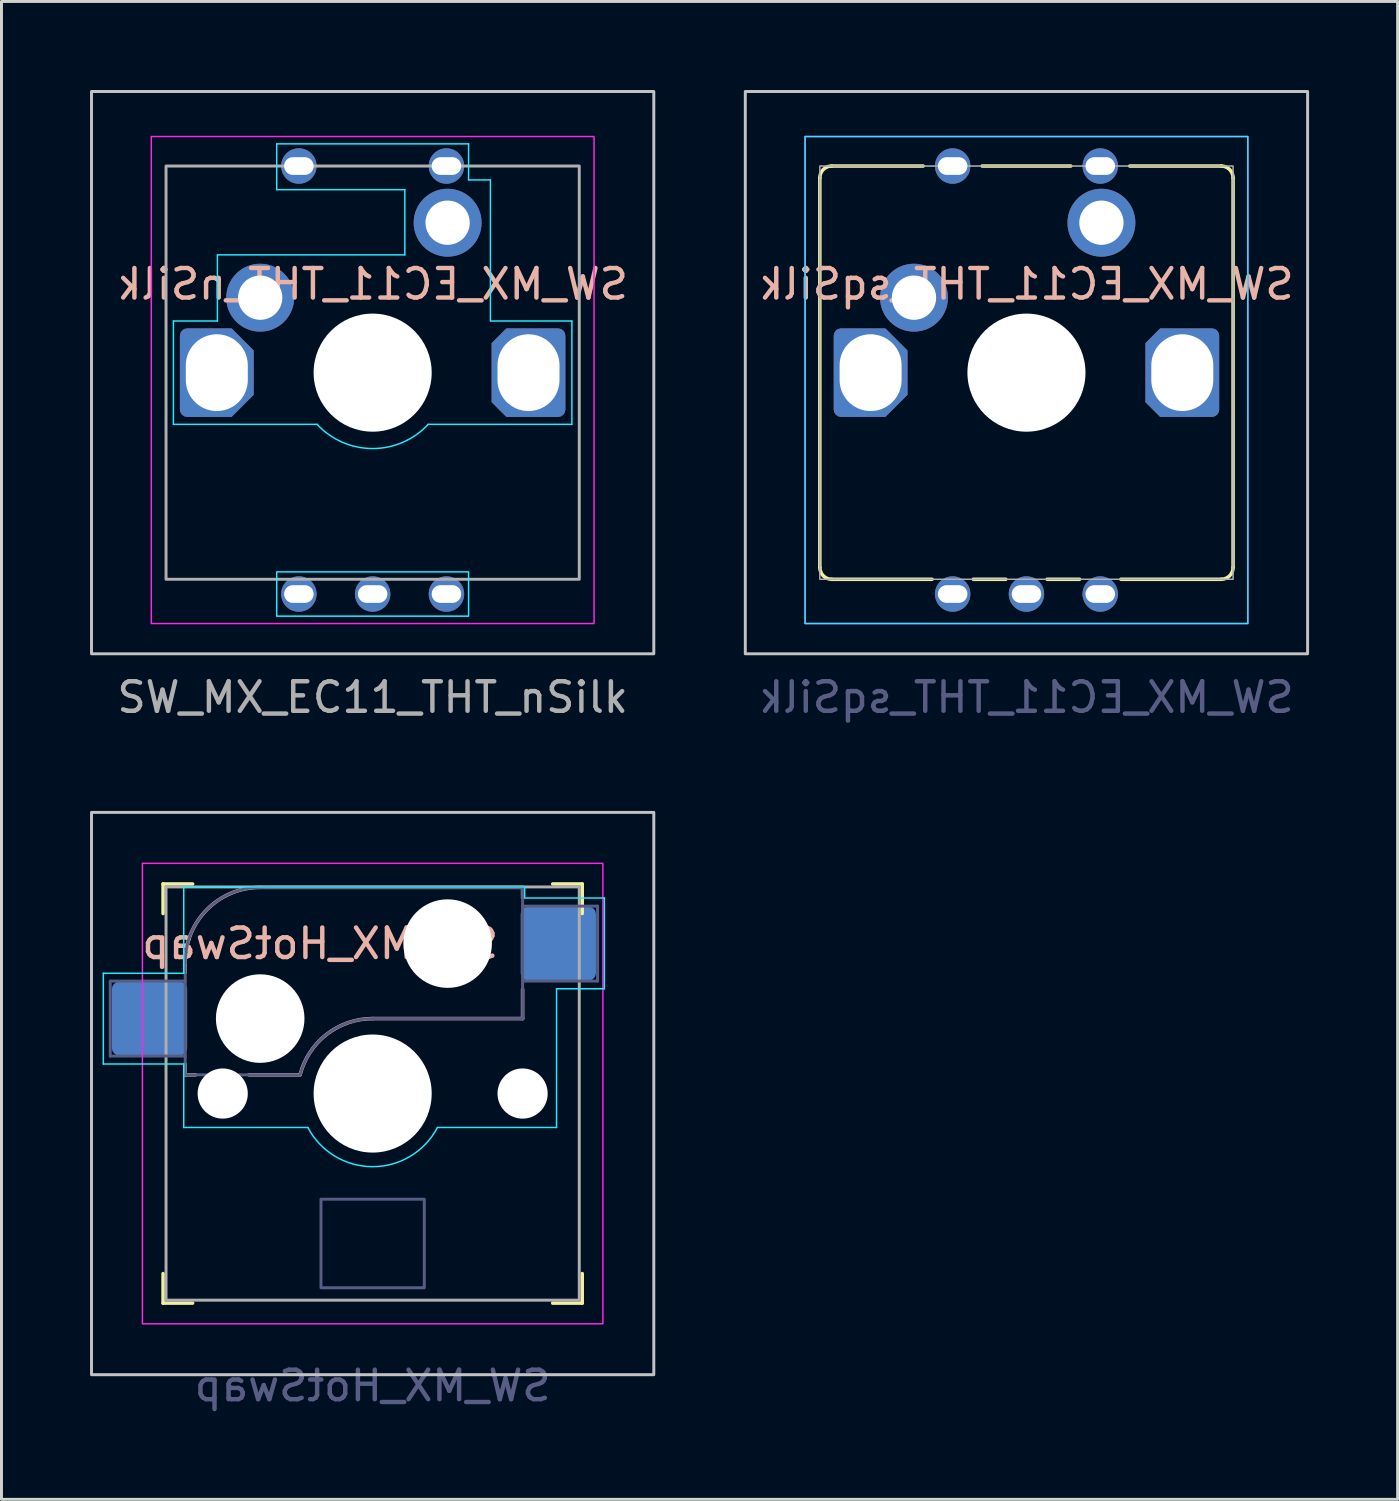
<source format=kicad_pcb>
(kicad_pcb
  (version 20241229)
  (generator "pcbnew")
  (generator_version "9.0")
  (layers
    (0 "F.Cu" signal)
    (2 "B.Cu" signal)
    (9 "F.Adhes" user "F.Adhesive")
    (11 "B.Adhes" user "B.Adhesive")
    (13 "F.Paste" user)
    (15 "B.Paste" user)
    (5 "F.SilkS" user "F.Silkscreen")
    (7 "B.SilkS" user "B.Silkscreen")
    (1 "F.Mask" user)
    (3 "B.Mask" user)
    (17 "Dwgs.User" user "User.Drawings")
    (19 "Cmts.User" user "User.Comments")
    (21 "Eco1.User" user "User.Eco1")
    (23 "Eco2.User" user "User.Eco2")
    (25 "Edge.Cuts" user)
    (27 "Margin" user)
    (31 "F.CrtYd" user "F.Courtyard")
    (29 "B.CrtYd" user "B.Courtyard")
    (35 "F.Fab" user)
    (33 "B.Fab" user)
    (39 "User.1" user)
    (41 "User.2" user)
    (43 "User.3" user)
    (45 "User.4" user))
  (footprint "SW_MX_EC11_THT_nSilk"
    (layer "F.Cu")
    (at 9.575 9.575)
    (property "Reference" "SW_MX_EC11_THT_nSilk" (at 0 -3 0) (layer "B.SilkS") (effects (font (size 1 1) (thickness 0.15)) (justify mirror)))
    (attr through_hole)
    (fp_rect (start -9.525 -9.525) (end 9.525 9.525) (stroke (width 0.1) (type default)) (fill no) (layer "Dwgs.User"))
    (fp_line (start -6.75 -1.75) (end -5.26 -1.75) (stroke (width 0.05) (type default)) (layer "B.CrtYd"))
    (fp_line (start -6.75 1.75) (end -6.75 -1.75) (stroke (width 0.05) (type default)) (layer "B.CrtYd"))
    (fp_line (start -6.75 1.75) (end -1.884 1.75) (stroke (width 0.05) (type default)) (layer "B.CrtYd"))
    (fp_line (start -5.26 -3.99) (end 1.09 -3.99) (stroke (width 0.05) (type default)) (layer "B.CrtYd"))
    (fp_line (start -5.26 -1.75) (end -5.26 -3.99) (stroke (width 0.05) (type default)) (layer "B.CrtYd"))
    (fp_line (start -3.25 -7.75) (end 3.25 -7.75) (stroke (width 0.05) (type default)) (layer "B.CrtYd"))
    (fp_line (start -3.25 -6.2) (end -3.25 -7.75) (stroke (width 0.05) (type default)) (layer "B.CrtYd"))
    (fp_line (start 1.09 -6.2) (end -3.25 -6.2) (stroke (width 0.05) (type default)) (layer "B.CrtYd"))
    (fp_line (start 1.09 -3.99) (end 1.09 -6.2) (stroke (width 0.05) (type default)) (layer "B.CrtYd"))
    (fp_line (start 3.25 -7.75) (end 3.25 -6.53) (stroke (width 0.05) (type default)) (layer "B.CrtYd"))
    (fp_line (start 3.25 -6.53) (end 3.99 -6.53) (stroke (width 0.05) (type default)) (layer "B.CrtYd"))
    (fp_line (start 3.99 -6.53) (end 3.99 -1.75) (stroke (width 0.05) (type default)) (layer "B.CrtYd"))
    (fp_line (start 4 -1.75) (end 6.75 -1.75) (stroke (width 0.05) (type default)) (layer "B.CrtYd"))
    (fp_line (start 6.75 -1.75) (end 6.75 1.75) (stroke (width 0.05) (type default)) (layer "B.CrtYd"))
    (fp_line (start 6.75 1.75) (end 1.884 1.75) (stroke (width 0.05) (type default)) (layer "B.CrtYd"))
    (fp_rect (start -3.25 6.75) (end 3.25 8.25) (stroke (width 0.05) (type default)) (fill no) (layer "B.CrtYd"))
    (fp_arc (start 1.884144 1.75) (mid 0 2.571478) (end -1.884144 1.75) (stroke (width 0.05) (type default)) (layer "B.CrtYd"))
    (fp_rect (start -7.5 -8) (end 7.5 8.5) (stroke (width 0.05) (type default)) (fill no) (layer "F.CrtYd"))
    (fp_rect (start -7 -7) (end 7 7) (stroke (width 0.1) (type default)) (fill no) (layer "F.Fab"))
    (fp_text user "${REFERENCE}" (at 0 11 180) (layer "F.Fab") (effects (font (size 1 1) (thickness 0.15))))
    (pad "" np_thru_hole circle (at 0 0) (size 4 4) (drill 4) (layers "*.Cu" "*.Mask"))
    (pad "A" thru_hole circle (at -2.5 7.5) (size 1.2 1.2) (drill oval 1 0.6) (layers "*.Cu" "*.Mask"))
    (pad "B" thru_hole circle (at 2.5 7.5) (size 1.2 1.2) (drill oval 1 0.6) (layers "*.Cu" "*.Mask"))
    (pad "C" thru_hole circle (at 0 7.5) (size 1.2 1.2) (drill oval 1 0.6) (layers "*.Cu" "*.Mask"))
    (pad "MP" thru_hole roundrect (at -5.28 0) (size 2.5 3) (drill oval 2.1 2.6) (layers "*.Cu" "*.Mask") (roundrect_rratio 0.1) (chamfer_ratio 0.3) (chamfer top_right bottom_right))
    (pad "MP" thru_hole roundrect (at 5.28 0 180) (size 2.5 3) (drill oval 2.1 2.6) (layers "*.Cu" "*.Mask") (roundrect_rratio 0.1) (chamfer_ratio 0.2) (chamfer top_right bottom_right))
    (pad "S1" thru_hole circle (at -3.81 -2.54) (size 2.3 2.3) (drill 1.5) (layers "*.Cu" "*.Mask"))
    (pad "S1" thru_hole circle (at -2.5 -7) (size 1.2 1.2) (drill oval 1 0.6) (layers "*.Cu" "*.Mask"))
    (pad "S2" thru_hole circle (at 2.5 -7) (size 1.2 1.2) (drill oval 1 0.6) (layers "*.Cu" "*.Mask"))
    (pad "S2" thru_hole circle (at 2.54 -5.08) (size 2.3 2.3) (drill 1.5) (layers "*.Cu" "*.Mask")))
  (footprint "SW_MX_HotSwap"
    (layer "F.Cu")
    (at 9.575 33.998)
    (property "Reference" "SW_MX_HotSwap" (at -1.778 -5.08 180) (layer "B.SilkS") (effects (font (size 1 1) (thickness 0.15)) (justify mirror)))
    (attr smd)
    (fp_line (start -7.1 -7.1) (end -7.1 -6.1) (stroke (width 0.12) (type solid)) (layer "F.SilkS"))
    (fp_line (start -7.1 6.1) (end -7.1 7.1) (stroke (width 0.12) (type solid)) (layer "F.SilkS"))
    (fp_line (start -7.1 7.1) (end -6.1 7.1) (stroke (width 0.12) (type solid)) (layer "F.SilkS"))
    (fp_line (start -6.1 -7.1) (end -7.1 -7.1) (stroke (width 0.12) (type solid)) (layer "F.SilkS"))
    (fp_line (start 6.1 7.1) (end 7.1 7.1) (stroke (width 0.12) (type solid)) (layer "F.SilkS"))
    (fp_line (start 7.1 -7.1) (end 6.1 -7.1) (stroke (width 0.12) (type solid)) (layer "F.SilkS"))
    (fp_line (start 7.1 -7.1) (end 7.1 -6.1) (stroke (width 0.12) (type solid)) (layer "F.SilkS"))
    (fp_line (start 7.1 7.1) (end 7.1 6.1) (stroke (width 0.12) (type solid)) (layer "F.SilkS"))
    (fp_line (start -6.35 -4.445) (end -6.35 -4.09) (stroke (width 0.12) (type solid)) (layer "B.SilkS"))
    (fp_line (start -6.35 -0.99) (end -6.35 -0.635) (stroke (width 0.12) (type solid)) (layer "B.SilkS"))
    (fp_line (start -6 -0.635) (end -6.35 -0.635) (stroke (width 0.12) (type solid)) (layer "B.SilkS"))
    (fp_line (start -3.81 -6.985) (end 5.08 -6.985) (stroke (width 0.12) (type solid)) (layer "B.SilkS"))
    (fp_line (start -2.464 -0.635) (end -4.191 -0.635) (stroke (width 0.12) (type solid)) (layer "B.SilkS"))
    (fp_line (start 5.08 -6.985) (end 5.08 -6.63) (stroke (width 0.12) (type solid)) (layer "B.SilkS"))
    (fp_line (start 5.08 -2.54) (end 0 -2.54) (stroke (width 0.12) (type solid)) (layer "B.SilkS"))
    (fp_line (start 5.08 -2.54) (end 5.08 -3.53) (stroke (width 0.12) (type default)) (layer "B.SilkS"))
    (fp_arc (start -6.35 -4.445) (mid -5.606051 -6.241051) (end -3.81 -6.985) (stroke (width 0.12) (type solid)) (layer "B.SilkS"))
    (fp_arc (start -2.459645 -0.633836) (mid -1.555901 -2.007678) (end 0 -2.54) (stroke (width 0.12) (type default)) (layer "B.SilkS"))
    (fp_rect (start -9.525 -9.525) (end 9.525 9.525) (stroke (width 0.1) (type default)) (fill no) (layer "Dwgs.User"))
    (fp_line (start -9.125 -4.075) (end -6.4 -4.075) (stroke (width 0.05) (type default)) (layer "B.CrtYd"))
    (fp_line (start -9.125 -1) (end -9.125 -4.075) (stroke (width 0.05) (type default)) (layer "B.CrtYd"))
    (fp_line (start -6.4 -4.075) (end -6.4 -7) (stroke (width 0.05) (type default)) (layer "B.CrtYd"))
    (fp_line (start -6.4 -1) (end -9.125 -1) (stroke (width 0.05) (type default)) (layer "B.CrtYd"))
    (fp_line (start -6.4 1.15) (end -6.4 -1) (stroke (width 0.05) (type default)) (layer "B.CrtYd"))
    (fp_line (start -2.195 1.15) (end -6.4 1.15) (stroke (width 0.05) (type default)) (layer "B.CrtYd"))
    (fp_line (start 5.15 -7) (end -6.4 -7) (stroke (width 0.05) (type default)) (layer "B.CrtYd"))
    (fp_line (start 5.15 -6.625) (end 5.15 -7) (stroke (width 0.05) (type default)) (layer "B.CrtYd"))
    (fp_line (start 6.23 -3.55) (end 7.85 -3.55) (stroke (width 0.05) (type default)) (layer "B.CrtYd"))
    (fp_line (start 6.23 1.15) (end 2.195 1.15) (stroke (width 0.05) (type default)) (layer "B.CrtYd"))
    (fp_line (start 6.23 1.15) (end 6.23 -3.55) (stroke (width 0.05) (type default)) (layer "B.CrtYd"))
    (fp_line (start 7.85 -6.625) (end 5.15 -6.625) (stroke (width 0.05) (type default)) (layer "B.CrtYd"))
    (fp_line (start 7.85 -3.55) (end 7.85 -6.625) (stroke (width 0.05) (type default)) (layer "B.CrtYd"))
    (fp_arc (start 2.194999 1.150001) (mid -0.000001 2.478008) (end -2.195 1.149999) (stroke (width 0.05) (type default)) (layer "B.CrtYd"))
    (fp_rect (start -7.8 -7.8) (end 7.8 7.8) (stroke (width 0.05) (type default)) (fill no) (layer "F.CrtYd"))
    (fp_line (start -8.89 -3.81) (end -6.35 -3.81) (stroke (width 0.1) (type solid)) (layer "B.Fab"))
    (fp_line (start -8.89 -1.27) (end -8.89 -3.81) (stroke (width 0.1) (type solid)) (layer "B.Fab"))
    (fp_line (start -6.35 -1.27) (end -8.89 -1.27) (stroke (width 0.1) (type solid)) (layer "B.Fab"))
    (fp_line (start -6.35 -0.635) (end -6.35 -4.445) (stroke (width 0.1) (type solid)) (layer "B.Fab"))
    (fp_line (start -6.35 -0.635) (end -2.54 -0.635) (stroke (width 0.1) (type solid)) (layer "B.Fab"))
    (fp_line (start -3.81 -6.985) (end 5.08 -6.985) (stroke (width 0.1) (type solid)) (layer "B.Fab"))
    (fp_line (start 5.08 -6.985) (end 5.08 -2.54) (stroke (width 0.1) (type solid)) (layer "B.Fab"))
    (fp_line (start 5.08 -6.35) (end 7.62 -6.35) (stroke (width 0.1) (type solid)) (layer "B.Fab"))
    (fp_line (start 5.08 -2.54) (end 0 -2.54) (stroke (width 0.1) (type solid)) (layer "B.Fab"))
    (fp_line (start 7.62 -6.35) (end 7.62 -3.81) (stroke (width 0.1) (type solid)) (layer "B.Fab"))
    (fp_line (start 7.62 -3.81) (end 5.08 -3.81) (stroke (width 0.1) (type solid)) (layer "B.Fab"))
    (fp_rect (start -1.75 3.58) (end 1.75 6.58) (stroke (width 0.1) (type default)) (fill no) (layer "B.Fab"))
    (fp_arc (start -6.35 -4.445) (mid -5.606051 -6.241051) (end -3.81 -6.985) (stroke (width 0.1) (type solid)) (layer "B.Fab"))
    (fp_arc (start -2.464162 -0.61604) (mid -1.563147 -2.002042) (end 0 -2.54) (stroke (width 0.1) (type solid)) (layer "B.Fab"))
    (fp_rect (start -7 -7) (end 7 7) (stroke (width 0.1) (type default)) (fill no) (layer "F.Fab"))
    (fp_text user "${REFERENCE}" (at 0 9.9 0) (layer "B.Fab") (effects (font (size 1 1) (thickness 0.15)) (justify mirror)))
    (pad "" np_thru_hole circle (at -5.08 0) (size 1.7 1.7) (drill 1.7) (layers "*.Cu" "*.Mask"))
    (pad "" np_thru_hole circle (at -3.81 -2.54 180) (size 3 3) (drill 3) (layers "*.Cu" "*.Mask"))
    (pad "" np_thru_hole circle (at 0 0) (size 4 4) (drill 4) (layers "*.Cu" "*.Mask"))
    (pad "" np_thru_hole circle (at 2.54 -5.08 180) (size 3 3) (drill 3) (layers "*.Cu" "*.Mask"))
    (pad "" np_thru_hole circle (at 5.08 0) (size 1.7 1.7) (drill 1.7) (layers "*.Cu" "*.Mask"))
    (pad "1" smd roundrect (at -7.56 -2.54 180) (size 2.55 2.5) (layers "B.Cu" "B.Mask" "B.Paste") (roundrect_rratio 0.1))
    (pad "2" smd roundrect (at 6.29 -5.08 180) (size 2.55 2.5) (layers "B.Cu" "B.Mask" "B.Paste") (roundrect_rratio 0.1)))
  (footprint "SW_MX_EC11_THT_sqSilk"
    (layer "F.Cu")
    (at 31.725 9.575)
    (property "Reference" "SW_MX_EC11_THT_sqSilk" (at 0 -3 0) (layer "B.SilkS") (effects (font (size 1 1) (thickness 0.15)) (justify mirror)))
    (attr through_hole)
    (fp_line (start -7 6.6) (end -7 -6.6) (stroke (width 0.12) (type default)) (layer "F.SilkS"))
    (fp_line (start -6.6 -7) (end -3.5 -7) (stroke (width 0.12) (type default)) (layer "F.SilkS"))
    (fp_line (start -6.6 7) (end -3.2 7) (stroke (width 0.12) (type default)) (layer "F.SilkS"))
    (fp_line (start -1.8 7) (end -0.7 7) (stroke (width 0.12) (type default)) (layer "F.SilkS"))
    (fp_line (start -1.5 -7) (end 1.5 -7) (stroke (width 0.12) (type default)) (layer "F.SilkS"))
    (fp_line (start 0.7 7) (end 1.8 7) (stroke (width 0.12) (type default)) (layer "F.SilkS"))
    (fp_line (start 3.2 7) (end 6.6 7) (stroke (width 0.12) (type default)) (layer "F.SilkS"))
    (fp_line (start 3.5 -7) (end 6.6 -7) (stroke (width 0.12) (type default)) (layer "F.SilkS"))
    (fp_line (start 7 -6.6) (end 7 6.6) (stroke (width 0.12) (type default)) (layer "F.SilkS"))
    (fp_arc (start -7 -6.6) (mid -6.882843 -6.882843) (end -6.6 -7) (stroke (width 0.12) (type default)) (layer "F.SilkS"))
    (fp_arc (start -6.6 7) (mid -6.882843 6.882843) (end -7 6.6) (stroke (width 0.12) (type default)) (layer "F.SilkS"))
    (fp_arc (start 6.6 -7) (mid 6.882843 -6.882843) (end 7 -6.6) (stroke (width 0.12) (type default)) (layer "F.SilkS"))
    (fp_arc (start 7 6.6) (mid 6.882843 6.882843) (end 6.6 7) (stroke (width 0.12) (type default)) (layer "F.SilkS"))
    (fp_rect (start -9.525 -9.525) (end 9.525 9.525) (stroke (width 0.1) (type default)) (fill no) (layer "Dwgs.User"))
    (fp_rect (start -7.5 -8) (end 7.5 8.5) (stroke (width 0.05) (type default)) (fill no) (layer "B.CrtYd"))
    (fp_rect (start -7.5 -8) (end 7.5 8.5) (stroke (width 0.05) (type default)) (fill no) (layer "F.CrtYd"))
    (fp_rect (start -7 -7) (end 7 7) (stroke (width 0.05) (type default)) (fill no) (layer "F.Fab"))
    (fp_text user "${REFERENCE}" (at 0 11 0) (layer "B.Fab") (effects (font (size 1 1) (thickness 0.15)) (justify mirror)))
    (pad "" np_thru_hole circle (at 0 0) (size 4 4) (drill 4) (layers "*.Cu" "*.Mask"))
    (pad "A" thru_hole circle (at -2.5 7.5) (size 1.2 1.2) (drill oval 1 0.6) (layers "*.Cu" "*.Mask"))
    (pad "B" thru_hole circle (at 2.5 7.5) (size 1.2 1.2) (drill oval 1 0.6) (layers "*.Cu" "*.Mask"))
    (pad "C" thru_hole circle (at 0 7.5) (size 1.2 1.2) (drill oval 1 0.6) (layers "*.Cu" "*.Mask"))
    (pad "MP" thru_hole roundrect (at -5.28 0) (size 2.5 3) (drill oval 2.1 2.6) (layers "*.Cu" "*.Mask") (roundrect_rratio 0.1) (chamfer_ratio 0.3) (chamfer top_right bottom_right))
    (pad "MP" thru_hole roundrect (at 5.28 0 180) (size 2.5 3) (drill oval 2.1 2.6) (layers "*.Cu" "*.Mask") (roundrect_rratio 0.1) (chamfer_ratio 0.2) (chamfer top_right bottom_right))
    (pad "S1" thru_hole circle (at -3.81 -2.54) (size 2.3 2.3) (drill 1.5) (layers "*.Cu" "*.Mask"))
    (pad "S1" thru_hole circle (at -2.5 -7) (size 1.2 1.2) (drill oval 1 0.6) (layers "*.Cu" "*.Mask"))
    (pad "S2" thru_hole circle (at 2.5 -7) (size 1.2 1.2) (drill oval 1 0.6) (layers "*.Cu" "*.Mask"))
    (pad "S2" thru_hole circle (at 2.54 -5.08) (size 2.3 2.3) (drill 1.5) (layers "*.Cu" "*.Mask")))
  (gr_rect
    (start -3 -3)
    (end 44.3 47.746)
    (stroke (width 0.1) (type default))
    (fill no)
    (layer "Edge.Cuts")))
</source>
